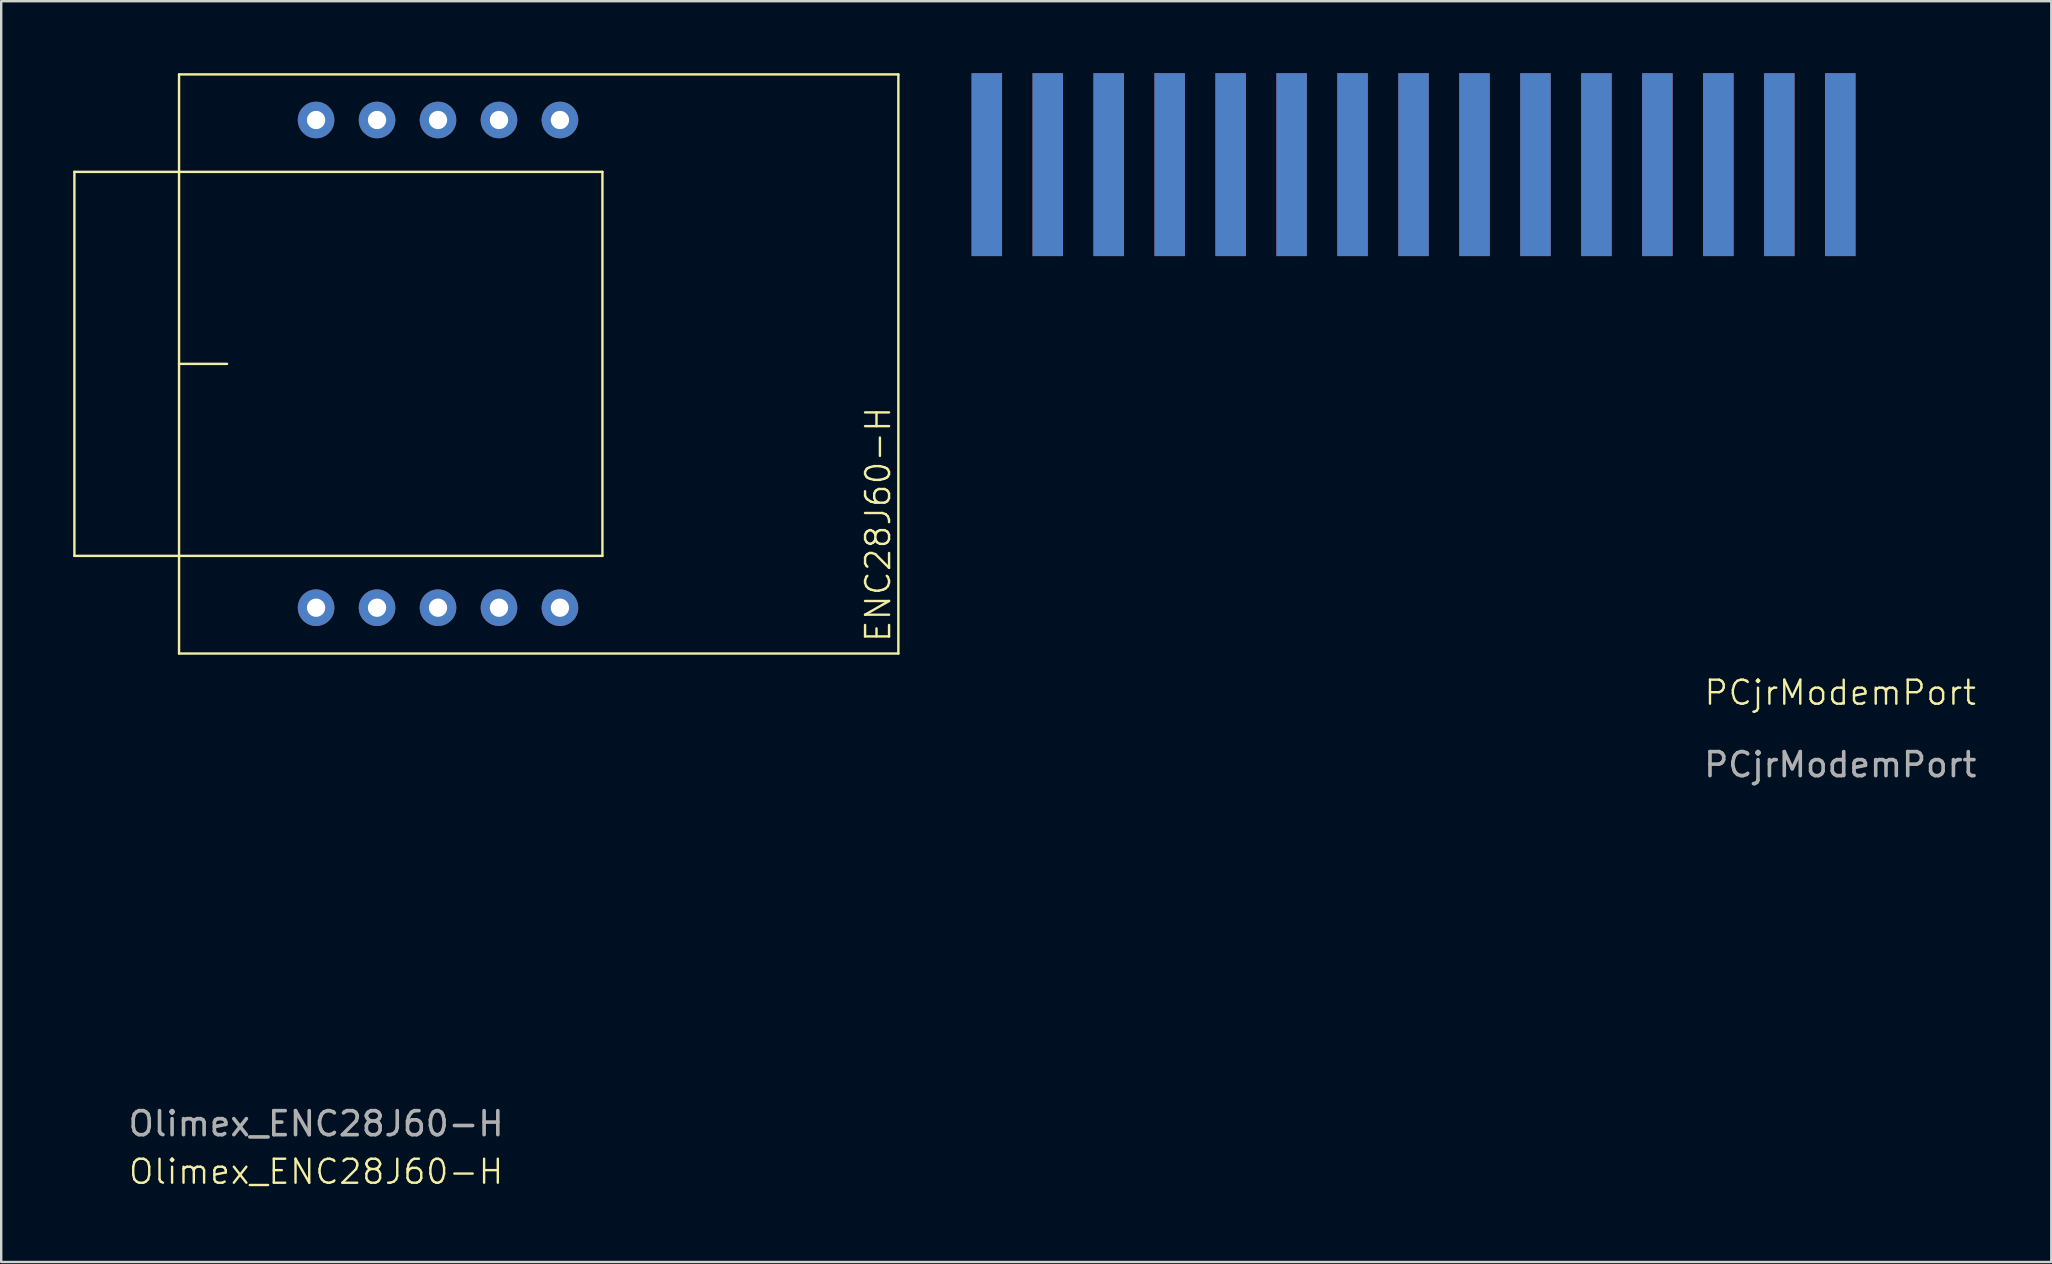
<source format=kicad_pcb>
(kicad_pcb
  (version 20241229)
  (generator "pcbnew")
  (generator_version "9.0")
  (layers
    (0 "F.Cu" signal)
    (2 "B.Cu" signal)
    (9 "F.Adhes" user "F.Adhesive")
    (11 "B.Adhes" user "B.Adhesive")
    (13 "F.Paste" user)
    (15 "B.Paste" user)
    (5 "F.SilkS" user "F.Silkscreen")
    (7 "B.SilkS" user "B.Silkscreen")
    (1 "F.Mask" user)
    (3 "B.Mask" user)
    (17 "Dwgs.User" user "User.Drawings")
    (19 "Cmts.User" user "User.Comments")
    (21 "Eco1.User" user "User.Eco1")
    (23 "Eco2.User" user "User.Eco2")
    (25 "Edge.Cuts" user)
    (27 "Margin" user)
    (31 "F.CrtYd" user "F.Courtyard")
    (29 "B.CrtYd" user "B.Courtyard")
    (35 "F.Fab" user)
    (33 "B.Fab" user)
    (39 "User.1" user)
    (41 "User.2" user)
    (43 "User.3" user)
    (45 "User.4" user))
  (footprint "PCjrModemPort"
    (layer "F.Cu")
    (at 73.625 3.81)
    (property "Reference" "PCjrModemPort" (at 0 22 0) (unlocked yes) (layer "F.SilkS") (effects (font (size 1 1) (thickness 0.1))))
    (attr smd)
    (fp_text user "${REFERENCE}" (at 0 25 0) (unlocked yes) (layer "F.Fab") (effects (font (size 1 1) (thickness 0.15))))
    (pad "A1" connect rect (at 0 0) (size 1.27 7.62) (layers "F.Cu" "F.Mask"))
    (pad "A2" connect rect (at -2.54 0) (size 1.27 7.62) (layers "F.Cu" "F.Mask"))
    (pad "A3" connect rect (at -5.08 0) (size 1.27 7.62) (layers "F.Cu" "F.Mask"))
    (pad "A4" connect rect (at -7.62 0) (size 1.27 7.62) (layers "F.Cu" "F.Mask"))
    (pad "A5" connect rect (at -10.16 0) (size 1.27 7.62) (layers "F.Cu" "F.Mask"))
    (pad "A6" connect rect (at -12.7 0) (size 1.27 7.62) (layers "F.Cu" "F.Mask"))
    (pad "A7" connect rect (at -15.24 0) (size 1.27 7.62) (layers "F.Cu" "F.Mask"))
    (pad "A8" connect rect (at -17.78 0) (size 1.27 7.62) (layers "F.Cu" "F.Mask"))
    (pad "A9" connect rect (at -20.32 0) (size 1.27 7.62) (layers "F.Cu" "F.Mask"))
    (pad "A10" connect rect (at -22.86 0) (size 1.27 7.62) (layers "F.Cu" "F.Mask"))
    (pad "A11" connect rect (at -25.4 0) (size 1.27 7.62) (layers "F.Cu" "F.Mask"))
    (pad "A12" connect rect (at -27.94 0) (size 1.27 7.62) (layers "F.Cu" "F.Mask"))
    (pad "A13" connect rect (at -30.48 0) (size 1.27 7.62) (layers "F.Cu" "F.Mask"))
    (pad "A14" connect rect (at -33.02 0) (size 1.27 7.62) (layers "F.Cu" "F.Mask"))
    (pad "A15" connect rect (at -35.56 0) (size 1.27 7.62) (layers "F.Cu" "F.Mask"))
    (pad "B1" connect rect (at 0 0) (size 1.27 7.62) (layers "B.Cu" "B.Mask"))
    (pad "B2" connect rect (at -2.54 0) (size 1.27 7.62) (layers "B.Cu" "B.Mask"))
    (pad "B3" connect rect (at -5.08 0) (size 1.27 7.62) (layers "B.Cu" "B.Mask"))
    (pad "B4" connect rect (at -7.62 0) (size 1.27 7.62) (layers "B.Cu" "B.Mask"))
    (pad "B5" connect rect (at -10.16 0) (size 1.27 7.62) (layers "B.Cu" "B.Mask"))
    (pad "B6" connect rect (at -12.7 0) (size 1.27 7.62) (layers "B.Cu" "B.Mask"))
    (pad "B7" connect rect (at -15.24 0) (size 1.27 7.62) (layers "B.Cu" "B.Mask"))
    (pad "B8" connect rect (at -17.78 0) (size 1.27 7.62) (layers "B.Cu" "B.Mask"))
    (pad "B9" connect rect (at -20.32 0) (size 1.27 7.62) (layers "B.Cu" "B.Mask"))
    (pad "B10" connect rect (at -22.86 0) (size 1.27 7.62) (layers "B.Cu" "B.Mask"))
    (pad "B11" connect rect (at -25.4 0) (size 1.27 7.62) (layers "B.Cu" "B.Mask"))
    (pad "B12" connect rect (at -27.94 0) (size 1.27 7.62) (layers "B.Cu" "B.Mask"))
    (pad "B13" connect rect (at -30.48 0) (size 1.27 7.62) (layers "B.Cu" "B.Mask"))
    (pad "B14" connect rect (at -33.02 0) (size 1.27 7.62) (layers "B.Cu" "B.Mask"))
    (pad "B15" connect rect (at -35.56 0) (size 1.27 7.62) (layers "B.Cu" "B.Mask")))
  (footprint "Olimex_ENC28J60-H"
    (layer "F.Cu")
    (at 10.12 22.27)
    (property "Reference" "Olimex_ENC28J60-H" (at 0 23.5 0) (unlocked yes) (layer "F.SilkS") (effects (font (size 1 1) (thickness 0.1))))
    (attr through_hole)
    (fp_line (start -10.07 -18.16) (end 11.93 -18.16) (stroke (width 0.1) (type default)) (layer "F.SilkS"))
    (fp_line (start -10.07 -2.16) (end -10.07 -18.16) (stroke (width 0.1) (type default)) (layer "F.SilkS"))
    (fp_line (start -10.07 -2.16) (end 11.93 -2.16) (stroke (width 0.1) (type default)) (layer "F.SilkS"))
    (fp_line (start -5.71 -22.22) (end -5.71 1.91) (stroke (width 0.1) (type default)) (layer "F.SilkS"))
    (fp_line (start -5.71 -10.16) (end -3.71 -10.16) (stroke (width 0.1) (type default)) (layer "F.SilkS"))
    (fp_line (start -5.71 1.91) (end 24.26 1.91) (stroke (width 0.1) (type default)) (layer "F.SilkS"))
    (fp_line (start 11.93 -18.16) (end 11.93 -2.16) (stroke (width 0.1) (type default)) (layer "F.SilkS"))
    (fp_line (start 24.26 -22.22) (end -5.71 -22.22) (stroke (width 0.1) (type default)) (layer "F.SilkS"))
    (fp_line (start 24.26 1.91) (end 24.26 -22.22) (stroke (width 0.1) (type default)) (layer "F.SilkS"))
    (fp_text user "ENC28J60-H" (at 24 1.5 90) (unlocked yes) (layer "F.SilkS") (effects (font (size 1 1) (thickness 0.1)) (justify left bottom)))
    (fp_text user "${REFERENCE}" (at 0 21.5 0) (unlocked yes) (layer "F.Fab") (effects (font (size 1 1) (thickness 0.15))))
    (pad "1" thru_hole circle (at 0 0) (size 1.524 1.524) (drill 0.762) (layers "*.Cu" "*.Mask"))
    (pad "2" thru_hole circle (at 2.54 0) (size 1.524 1.524) (drill 0.762) (layers "*.Cu" "*.Mask"))
    (pad "3" thru_hole circle (at 5.08 0) (size 1.524 1.524) (drill 0.762) (layers "*.Cu" "*.Mask"))
    (pad "4" thru_hole circle (at 7.62 0) (size 1.524 1.524) (drill 0.762) (layers "*.Cu" "*.Mask"))
    (pad "5" thru_hole circle (at 10.16 0) (size 1.524 1.524) (drill 0.762) (layers "*.Cu" "*.Mask"))
    (pad "6" thru_hole circle (at 10.16 -20.32) (size 1.524 1.524) (drill 0.762) (layers "*.Cu" "*.Mask"))
    (pad "7" thru_hole circle (at 7.62 -20.32) (size 1.524 1.524) (drill 0.762) (layers "*.Cu" "*.Mask"))
    (pad "8" thru_hole circle (at 5.08 -20.32) (size 1.524 1.524) (drill 0.762) (layers "*.Cu" "*.Mask"))
    (pad "9" thru_hole circle (at 2.54 -20.32) (size 1.524 1.524) (drill 0.762) (layers "*.Cu" "*.Mask"))
    (pad "10" thru_hole circle (at 0 -20.32) (size 1.524 1.524) (drill 0.762) (layers "*.Cu" "*.Mask")))
  (gr_rect
    (start -3 -3)
    (end 82.417 49.531)
    (stroke (width 0.1) (type default))
    (fill no)
    (layer "Edge.Cuts")))
</source>
